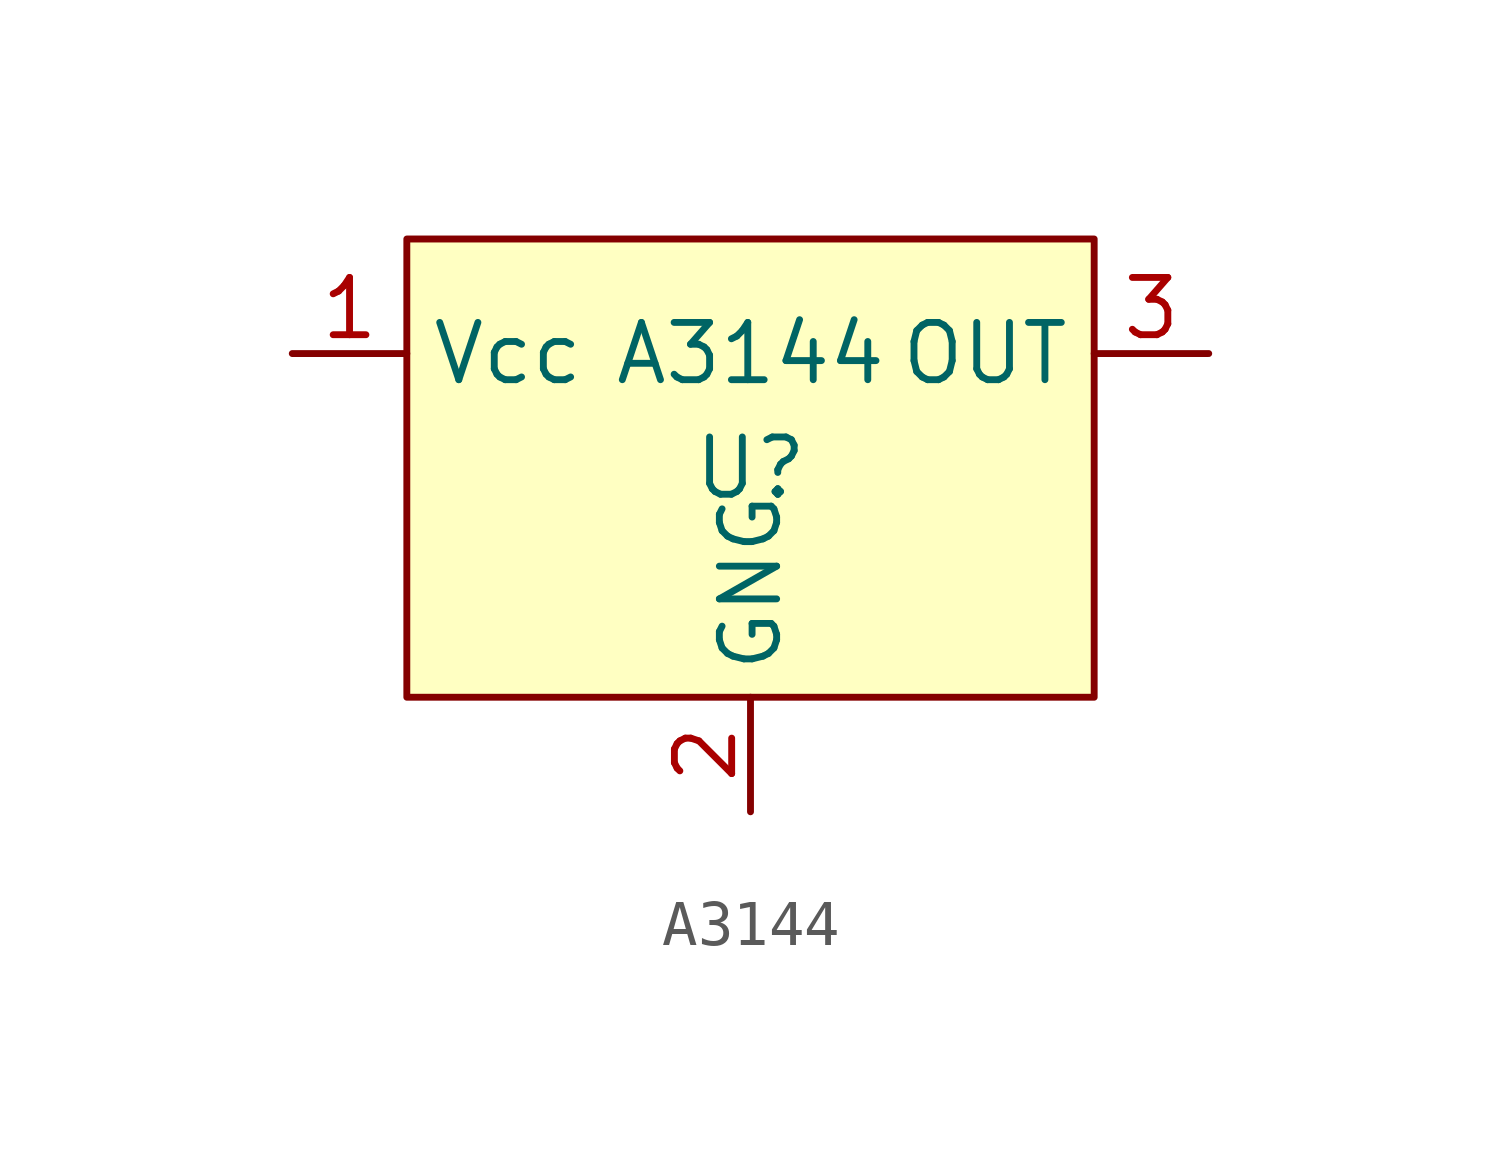
<source format=kicad_sym>
(kicad_symbol_lib
  (version 20231120)
  (generator "kicad_symbol_editor")
  (generator_version "8.0")
  (symbol "A3144"
    (property "Reference" "U"
      (at 0 0 0)
      (effects (font (size 1.27 1.27))))
    (property "Value" "A3144"
      (at 0 2.54 0)
      (effects (font (size 1.27 1.27))))
    (symbol "A3144_1_1"
      (rectangle (start -7.62 5.08) (end 7.62 -5.08) (stroke (width 0) (type default)) (fill (type background)))
      (pin passive line (at -10.16 2.54 0) (length 2.54) (name "Vcc" (effects (font (size 1.27 1.27)))) (number "1" (effects (font (size 1.27 1.27)))))
      (pin passive line (at 0 -7.62 90) (length 2.54) (name "GNG" (effects (font (size 1.27 1.27)))) (number "2" (effects (font (size 1.27 1.27)))))
      (pin passive line (at 10.16 2.54 180) (length 2.54) (name "OUT" (effects (font (size 1.27 1.27)))) (number "3" (effects (font (size 1.27 1.27))))))))
</source>
